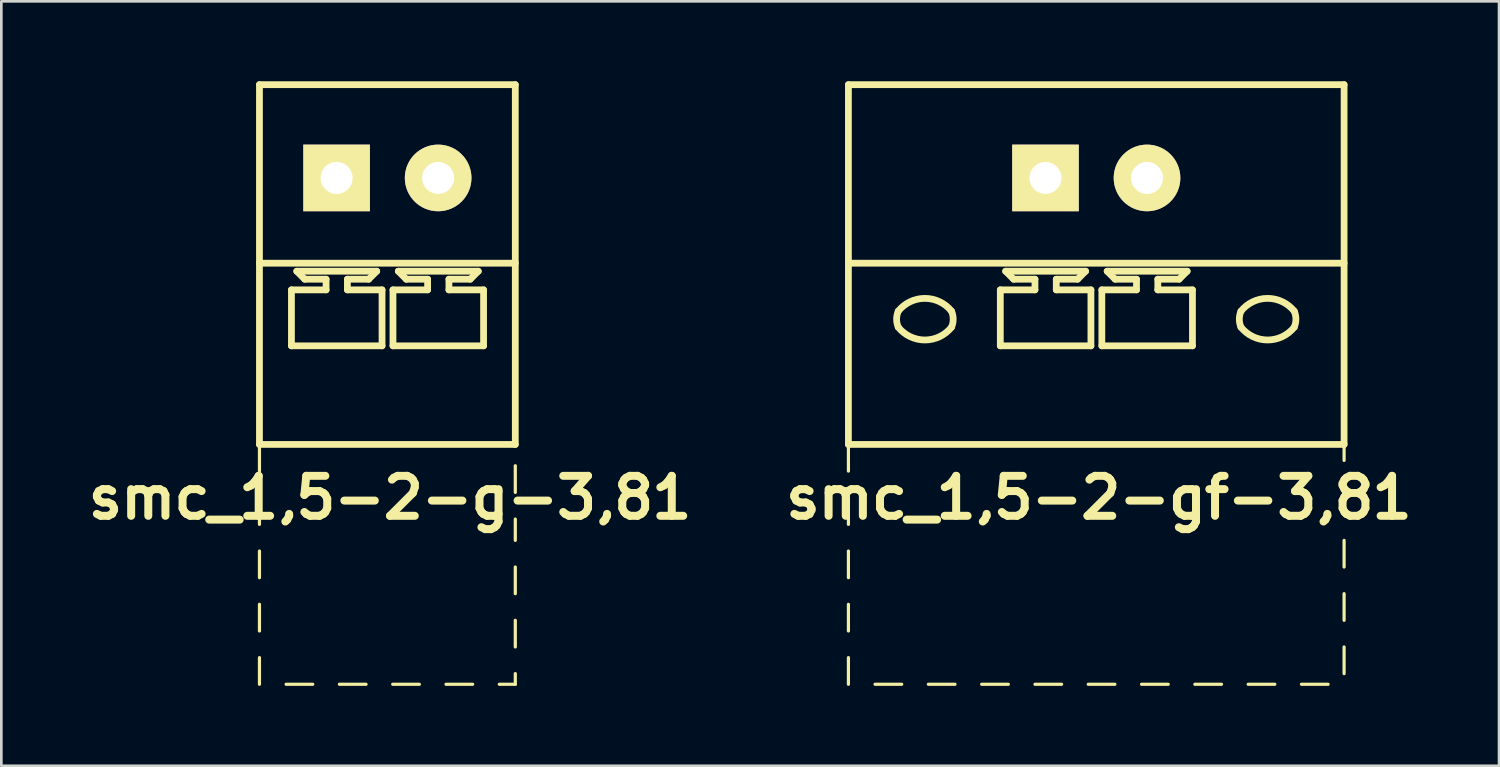
<source format=kicad_pcb>
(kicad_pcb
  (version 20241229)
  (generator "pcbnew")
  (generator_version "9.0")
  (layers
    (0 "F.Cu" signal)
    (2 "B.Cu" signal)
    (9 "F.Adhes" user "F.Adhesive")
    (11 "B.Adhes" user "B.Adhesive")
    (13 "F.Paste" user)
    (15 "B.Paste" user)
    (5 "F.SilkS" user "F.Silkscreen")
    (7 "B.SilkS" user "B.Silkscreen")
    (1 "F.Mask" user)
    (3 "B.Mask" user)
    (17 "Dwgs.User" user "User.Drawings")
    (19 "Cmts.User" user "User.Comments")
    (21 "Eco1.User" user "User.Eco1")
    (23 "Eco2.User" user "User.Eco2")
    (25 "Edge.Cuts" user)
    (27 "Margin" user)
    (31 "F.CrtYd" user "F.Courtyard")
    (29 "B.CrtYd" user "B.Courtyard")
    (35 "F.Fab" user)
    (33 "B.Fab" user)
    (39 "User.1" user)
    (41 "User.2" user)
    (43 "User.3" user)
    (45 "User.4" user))
  (footprint "smc_1,5-2-g-3,81"
    (layer "F.Cu")
    (at 11.486 3.627)
    (property "Reference" "smc_1,5-2-g-3,81" (at 0.1 12 0) (layer "F.SilkS") (effects (font (size 1.5 1.5) (thickness 0.3))))
    (attr through_hole)
    (fp_line (start -4.8 -3.5) (end -4.8 10) (stroke (width 0.254) (type solid)) (layer "F.SilkS"))
    (fp_line (start -4.8 -3.5) (end 4.8 -3.5) (stroke (width 0.254) (type solid)) (layer "F.SilkS"))
    (fp_line (start -4.8 3.2) (end 4.8 3.2) (stroke (width 0.254) (type solid)) (layer "F.SilkS"))
    (fp_line (start -4.8 10) (end -4.8 11) (stroke (width 0.12) (type solid)) (layer "F.SilkS"))
    (fp_line (start -4.8 10) (end 4.8 10) (stroke (width 0.254) (type solid)) (layer "F.SilkS"))
    (fp_line (start -4.8 12) (end -4.8 13) (stroke (width 0.12) (type solid)) (layer "F.SilkS"))
    (fp_line (start -4.8 14) (end -4.8 15) (stroke (width 0.12) (type solid)) (layer "F.SilkS"))
    (fp_line (start -4.8 16) (end -4.8 17) (stroke (width 0.12) (type solid)) (layer "F.SilkS"))
    (fp_line (start -4.8 18) (end -4.8 19) (stroke (width 0.12) (type solid)) (layer "F.SilkS"))
    (fp_line (start -3.8 19) (end -2.8 19) (stroke (width 0.12) (type solid)) (layer "F.SilkS"))
    (fp_line (start -3.6 4.2) (end -2.3 4.2) (stroke (width 0.254) (type solid)) (layer "F.SilkS"))
    (fp_line (start -3.6 6.3) (end -3.6 4.2) (stroke (width 0.254) (type solid)) (layer "F.SilkS"))
    (fp_line (start -3.4 3.5) (end -0.4 3.5) (stroke (width 0.254) (type solid)) (layer "F.SilkS"))
    (fp_line (start -3.1 3.8) (end -3.4 3.5) (stroke (width 0.254) (type solid)) (layer "F.SilkS"))
    (fp_line (start -2.3 3.8) (end -3.1 3.8) (stroke (width 0.254) (type solid)) (layer "F.SilkS"))
    (fp_line (start -2.3 4.2) (end -2.3 3.8) (stroke (width 0.254) (type solid)) (layer "F.SilkS"))
    (fp_line (start -1.8 19) (end -0.8 19) (stroke (width 0.12) (type solid)) (layer "F.SilkS"))
    (fp_line (start -1.5 3.8) (end -1.5 4.2) (stroke (width 0.254) (type solid)) (layer "F.SilkS"))
    (fp_line (start -1.5 4.2) (end -0.2 4.2) (stroke (width 0.254) (type solid)) (layer "F.SilkS"))
    (fp_line (start -0.7 3.8) (end -1.5 3.8) (stroke (width 0.254) (type solid)) (layer "F.SilkS"))
    (fp_line (start -0.7 3.8) (end -0.4 3.5) (stroke (width 0.254) (type solid)) (layer "F.SilkS"))
    (fp_line (start -0.2 4.2) (end -0.2 6.3) (stroke (width 0.254) (type solid)) (layer "F.SilkS"))
    (fp_line (start -0.2 6.3) (end -3.6 6.3) (stroke (width 0.254) (type solid)) (layer "F.SilkS"))
    (fp_line (start 0.2 19) (end 1.2 19) (stroke (width 0.12) (type solid)) (layer "F.SilkS"))
    (fp_line (start 0.21 4.2) (end 1.51 4.2) (stroke (width 0.254) (type solid)) (layer "F.SilkS"))
    (fp_line (start 0.21 6.3) (end 0.21 4.2) (stroke (width 0.254) (type solid)) (layer "F.SilkS"))
    (fp_line (start 0.41 3.5) (end 3.41 3.5) (stroke (width 0.254) (type solid)) (layer "F.SilkS"))
    (fp_line (start 0.71 3.8) (end 0.41 3.5) (stroke (width 0.254) (type solid)) (layer "F.SilkS"))
    (fp_line (start 1.51 3.8) (end 0.71 3.8) (stroke (width 0.254) (type solid)) (layer "F.SilkS"))
    (fp_line (start 1.51 4.2) (end 1.51 3.8) (stroke (width 0.254) (type solid)) (layer "F.SilkS"))
    (fp_line (start 2.2 19) (end 3.2 19) (stroke (width 0.12) (type solid)) (layer "F.SilkS"))
    (fp_line (start 2.31 3.8) (end 2.31 4.2) (stroke (width 0.254) (type solid)) (layer "F.SilkS"))
    (fp_line (start 2.31 4.2) (end 3.61 4.2) (stroke (width 0.254) (type solid)) (layer "F.SilkS"))
    (fp_line (start 3.11 3.8) (end 2.31 3.8) (stroke (width 0.254) (type solid)) (layer "F.SilkS"))
    (fp_line (start 3.11 3.8) (end 3.41 3.5) (stroke (width 0.254) (type solid)) (layer "F.SilkS"))
    (fp_line (start 3.61 4.2) (end 3.61 6.3) (stroke (width 0.254) (type solid)) (layer "F.SilkS"))
    (fp_line (start 3.61 6.3) (end 0.21 6.3) (stroke (width 0.254) (type solid)) (layer "F.SilkS"))
    (fp_line (start 4.2 19) (end 4.8 19) (stroke (width 0.12) (type solid)) (layer "F.SilkS"))
    (fp_line (start 4.8 -3.5) (end 4.8 10) (stroke (width 0.254) (type solid)) (layer "F.SilkS"))
    (fp_line (start 4.8 10.8) (end 4.8 11.8) (stroke (width 0.12) (type solid)) (layer "F.SilkS"))
    (fp_line (start 4.8 13.6) (end 4.8 12.8) (stroke (width 0.12) (type solid)) (layer "F.SilkS"))
    (fp_line (start 4.8 15.6) (end 4.8 14.6) (stroke (width 0.12) (type solid)) (layer "F.SilkS"))
    (fp_line (start 4.8 16.6) (end 4.8 17.6) (stroke (width 0.12) (type solid)) (layer "F.SilkS"))
    (fp_line (start 4.8 18.6) (end 4.8 19) (stroke (width 0.12) (type solid)) (layer "F.SilkS"))
    (pad "1" thru_hole rect (at -1.905 0) (size 2.5 2.5) (drill 1.2) (layers "*.Cu" "*.Mask" "F.SilkS"))
    (pad "2" thru_hole circle (at 1.905 0) (size 2.5 2.5) (drill 1.2) (layers "*.Cu" "*.Mask" "F.SilkS")))
  (footprint "smc_1,5-2-gf-3,81"
    (layer "F.Cu")
    (at 38.086 3.627)
    (property "Reference" "smc_1,5-2-gf-3,81" (at 0.1 12 0) (layer "F.SilkS") (effects (font (size 1.5 1.5) (thickness 0.3))))
    (attr through_hole)
    (fp_line (start -9.3 -3.5) (end -9.3 10) (stroke (width 0.254) (type solid)) (layer "F.SilkS"))
    (fp_line (start -9.3 -3.5) (end 9.3 -3.5) (stroke (width 0.254) (type solid)) (layer "F.SilkS"))
    (fp_line (start -9.3 3.2) (end 9.3 3.2) (stroke (width 0.254) (type solid)) (layer "F.SilkS"))
    (fp_line (start -9.3 10) (end -9.3 11) (stroke (width 0.12) (type solid)) (layer "F.SilkS"))
    (fp_line (start -9.3 10) (end 9.3 10) (stroke (width 0.254) (type solid)) (layer "F.SilkS"))
    (fp_line (start -9.3 12) (end -9.3 13) (stroke (width 0.12) (type solid)) (layer "F.SilkS"))
    (fp_line (start -9.3 14) (end -9.3 15) (stroke (width 0.12) (type solid)) (layer "F.SilkS"))
    (fp_line (start -9.3 16) (end -9.3 17) (stroke (width 0.12) (type solid)) (layer "F.SilkS"))
    (fp_line (start -9.3 18) (end -9.3 19) (stroke (width 0.12) (type solid)) (layer "F.SilkS"))
    (fp_line (start -8.3 19) (end -7.3 19) (stroke (width 0.12) (type solid)) (layer "F.SilkS"))
    (fp_line (start -6.3 19) (end -5.3 19) (stroke (width 0.12) (type solid)) (layer "F.SilkS"))
    (fp_line (start -4.3 19) (end -3.3 19) (stroke (width 0.12) (type solid)) (layer "F.SilkS"))
    (fp_line (start -3.6 4.2) (end -2.3 4.2) (stroke (width 0.254) (type solid)) (layer "F.SilkS"))
    (fp_line (start -3.6 6.3) (end -3.6 4.2) (stroke (width 0.254) (type solid)) (layer "F.SilkS"))
    (fp_line (start -3.4 3.5) (end -0.4 3.5) (stroke (width 0.254) (type solid)) (layer "F.SilkS"))
    (fp_line (start -3.1 3.8) (end -3.4 3.5) (stroke (width 0.254) (type solid)) (layer "F.SilkS"))
    (fp_line (start -2.3 3.8) (end -3.1 3.8) (stroke (width 0.254) (type solid)) (layer "F.SilkS"))
    (fp_line (start -2.3 4.2) (end -2.3 3.8) (stroke (width 0.254) (type solid)) (layer "F.SilkS"))
    (fp_line (start -2.3 19) (end -1.3 19) (stroke (width 0.12) (type solid)) (layer "F.SilkS"))
    (fp_line (start -1.5 3.8) (end -1.5 4.2) (stroke (width 0.254) (type solid)) (layer "F.SilkS"))
    (fp_line (start -1.5 4.2) (end -0.2 4.2) (stroke (width 0.254) (type solid)) (layer "F.SilkS"))
    (fp_line (start -0.7 3.8) (end -1.5 3.8) (stroke (width 0.254) (type solid)) (layer "F.SilkS"))
    (fp_line (start -0.7 3.8) (end -0.4 3.5) (stroke (width 0.254) (type solid)) (layer "F.SilkS"))
    (fp_line (start -0.3 19) (end 0.7 19) (stroke (width 0.12) (type solid)) (layer "F.SilkS"))
    (fp_line (start -0.2 4.2) (end -0.2 6.3) (stroke (width 0.254) (type solid)) (layer "F.SilkS"))
    (fp_line (start -0.2 6.3) (end -3.6 6.3) (stroke (width 0.254) (type solid)) (layer "F.SilkS"))
    (fp_line (start 0.21 4.2) (end 1.51 4.2) (stroke (width 0.254) (type solid)) (layer "F.SilkS"))
    (fp_line (start 0.21 6.3) (end 0.21 4.2) (stroke (width 0.254) (type solid)) (layer "F.SilkS"))
    (fp_line (start 0.41 3.5) (end 3.41 3.5) (stroke (width 0.254) (type solid)) (layer "F.SilkS"))
    (fp_line (start 0.71 3.8) (end 0.41 3.5) (stroke (width 0.254) (type solid)) (layer "F.SilkS"))
    (fp_line (start 1.51 3.8) (end 0.71 3.8) (stroke (width 0.254) (type solid)) (layer "F.SilkS"))
    (fp_line (start 1.51 4.2) (end 1.51 3.8) (stroke (width 0.254) (type solid)) (layer "F.SilkS"))
    (fp_line (start 1.7 19) (end 2.7 19) (stroke (width 0.12) (type solid)) (layer "F.SilkS"))
    (fp_line (start 2.31 3.8) (end 2.31 4.2) (stroke (width 0.254) (type solid)) (layer "F.SilkS"))
    (fp_line (start 2.31 4.2) (end 3.61 4.2) (stroke (width 0.254) (type solid)) (layer "F.SilkS"))
    (fp_line (start 3.11 3.8) (end 2.31 3.8) (stroke (width 0.254) (type solid)) (layer "F.SilkS"))
    (fp_line (start 3.11 3.8) (end 3.41 3.5) (stroke (width 0.254) (type solid)) (layer "F.SilkS"))
    (fp_line (start 3.61 4.2) (end 3.61 6.3) (stroke (width 0.254) (type solid)) (layer "F.SilkS"))
    (fp_line (start 3.61 6.3) (end 0.21 6.3) (stroke (width 0.254) (type solid)) (layer "F.SilkS"))
    (fp_line (start 3.7 19) (end 4.7 19) (stroke (width 0.12) (type solid)) (layer "F.SilkS"))
    (fp_line (start 5.7 19) (end 6.7 19) (stroke (width 0.12) (type solid)) (layer "F.SilkS"))
    (fp_line (start 7.7 19) (end 8.7 19) (stroke (width 0.12) (type solid)) (layer "F.SilkS"))
    (fp_line (start 9.3 -3.5) (end 9.3 10) (stroke (width 0.254) (type solid)) (layer "F.SilkS"))
    (fp_line (start 9.3 10) (end 9.3 10.6) (stroke (width 0.12) (type solid)) (layer "F.SilkS"))
    (fp_line (start 9.3 12.6) (end 9.3 11.6) (stroke (width 0.12) (type solid)) (layer "F.SilkS"))
    (fp_line (start 9.3 14.6) (end 9.3 13.6) (stroke (width 0.12) (type solid)) (layer "F.SilkS"))
    (fp_line (start 9.3 16.6) (end 9.3 15.6) (stroke (width 0.12) (type solid)) (layer "F.SilkS"))
    (fp_line (start 9.3 17.6) (end 9.3 18.6) (stroke (width 0.12) (type solid)) (layer "F.SilkS"))
    (fp_arc (start -7.430274 5.000342) (mid -6.430219 4.519375) (end -5.43 5) (stroke (width 0.254) (type solid)) (layer "F.SilkS"))
    (fp_arc (start -7.429985 5.600034) (mid -7.491577 5.300019) (end -7.43 5) (stroke (width 0.254) (type solid)) (layer "F.SilkS"))
    (fp_arc (start -5.430015 4.999966) (mid -5.368423 5.299981) (end -5.43 5.6) (stroke (width 0.254) (type solid)) (layer "F.SilkS"))
    (fp_arc (start -5.429726 5.599658) (mid -6.429781 6.080625) (end -7.43 5.6) (stroke (width 0.254) (type solid)) (layer "F.SilkS"))
    (fp_arc (start 5.429726 5.000342) (mid 6.429781 4.519375) (end 7.43 5) (stroke (width 0.254) (type solid)) (layer "F.SilkS"))
    (fp_arc (start 5.430015 5.600034) (mid 5.368423 5.300019) (end 5.43 5) (stroke (width 0.254) (type solid)) (layer "F.SilkS"))
    (fp_arc (start 7.429985 4.999966) (mid 7.491577 5.299981) (end 7.43 5.6) (stroke (width 0.254) (type solid)) (layer "F.SilkS"))
    (fp_arc (start 7.430274 5.599658) (mid 6.430219 6.080625) (end 5.43 5.6) (stroke (width 0.254) (type solid)) (layer "F.SilkS"))
    (pad "1" thru_hole rect (at -1.905 0) (size 2.5 2.5) (drill 1.2) (layers "*.Cu" "*.Mask" "F.SilkS"))
    (pad "2" thru_hole circle (at 1.905 0) (size 2.5 2.5) (drill 1.2) (layers "*.Cu" "*.Mask" "F.SilkS")))
  (gr_rect
    (start -3 -3)
    (end 53.2 25.687)
    (stroke (width 0.1) (type default))
    (fill no)
    (layer "Edge.Cuts")))
</source>
